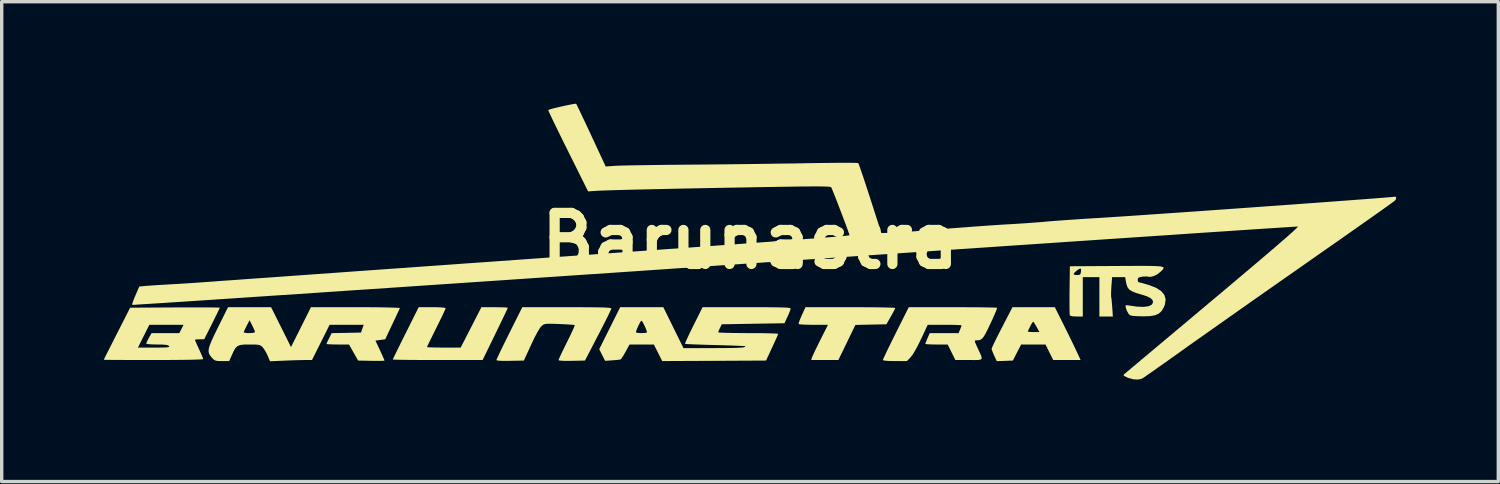
<source format=kicad_pcb>
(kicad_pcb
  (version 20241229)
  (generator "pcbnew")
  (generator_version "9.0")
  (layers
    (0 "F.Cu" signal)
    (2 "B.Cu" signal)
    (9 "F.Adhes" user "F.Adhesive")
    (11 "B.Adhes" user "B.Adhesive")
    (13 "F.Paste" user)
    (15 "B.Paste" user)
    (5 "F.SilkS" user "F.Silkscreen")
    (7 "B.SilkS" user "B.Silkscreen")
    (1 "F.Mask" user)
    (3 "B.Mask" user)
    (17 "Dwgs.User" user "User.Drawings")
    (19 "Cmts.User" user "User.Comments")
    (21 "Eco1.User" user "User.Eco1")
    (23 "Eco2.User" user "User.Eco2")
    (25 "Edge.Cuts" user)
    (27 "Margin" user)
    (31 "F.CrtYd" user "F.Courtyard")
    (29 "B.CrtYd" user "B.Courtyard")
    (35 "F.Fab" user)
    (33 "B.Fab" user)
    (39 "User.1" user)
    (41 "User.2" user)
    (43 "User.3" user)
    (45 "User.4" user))
  (footprint "Barunastra"
    (layer "F.Cu")
    (at 19.004 4.031)
    (property "Reference" "Barunastra" (at 0 0 0) (layer "F.SilkS") (effects (font (size 1.5 1.5) (thickness 0.3))))
    (attr board_only exclude_from_pos_files exclude_from_bom)
    (fp_poly (pts (xy 3.22 1.95) (xy 3.477 1.951) (xy 3.709 1.953) (xy 3.908 1.956) (xy 4.069 1.96) (xy 4.185 1.964) (xy 4.251 1.969) (xy 4.263 1.972) (xy 4.249 2.007) (xy 4.211 2.081) (xy 4.157 2.181) (xy 4.133 2.223) (xy 4.003 2.452) (xy 3.547 2.461) (xy 3.091 2.471) (xy 2.841 2.987) (xy 2.591 3.502) (xy 2.192 3.502) (xy 1.793 3.502) (xy 1.813 3.434) (xy 1.833 3.384) (xy 1.876 3.291) (xy 1.936 3.165) (xy 2.008 3.018) (xy 2.059 2.916) (xy 2.285 2.467) (xy 1.86 2.467) (xy 1.706 2.465) (xy 1.574 2.461) (xy 1.478 2.455) (xy 1.427 2.447) (xy 1.422 2.444) (xy 1.428 2.408) (xy 1.454 2.331) (xy 1.497 2.227) (xy 1.516 2.185) (xy 1.623 1.949) (xy 2.943 1.949)) (stroke (width 0) (type solid)) (fill yes) (layer "F.SilkS"))
    (fp_poly (pts (xy 9.202 2.444) (xy 9.293 2.628) (xy 9.387 2.818) (xy 9.474 2.996) (xy 9.546 3.147) (xy 9.581 3.221) (xy 9.712 3.502) (xy 9.309 3.502) (xy 8.906 3.502) (xy 8.793 3.274) (xy 8.68 3.046) (xy 8.322 3.046) (xy 7.964 3.046) (xy 7.842 3.282) (xy 7.721 3.518) (xy 7.484 3.527) (xy 7.247 3.535) (xy 7.172 3.374) (xy 7.131 3.28) (xy 7.103 3.203) (xy 7.096 3.171) (xy 7.11 3.133) (xy 7.148 3.049) (xy 7.206 2.928) (xy 7.28 2.779) (xy 7.338 2.666) (xy 8.162 2.666) (xy 8.19 2.674) (xy 8.261 2.679) (xy 8.332 2.68) (xy 8.501 2.68) (xy 8.418 2.528) (xy 8.37 2.445) (xy 8.332 2.39) (xy 8.316 2.376) (xy 8.294 2.4) (xy 8.258 2.46) (xy 8.217 2.536) (xy 8.182 2.609) (xy 8.163 2.659) (xy 8.162 2.666) (xy 7.338 2.666) (xy 7.366 2.61) (xy 7.403 2.539) (xy 7.709 1.949) (xy 8.331 1.949) (xy 8.954 1.949)) (stroke (width 0) (type solid)) (fill yes) (layer "F.SilkS"))
    (fp_poly (pts (xy -9.178 1.951) (xy -9.051 1.958) (xy -8.975 1.968) (xy -8.954 1.98) (xy -8.967 2.015) (xy -9.004 2.097) (xy -9.059 2.215) (xy -9.13 2.361) (xy -9.212 2.526) (xy -9.228 2.558) (xy -9.311 2.725) (xy -9.384 2.874) (xy -9.443 2.994) (xy -9.484 3.079) (xy -9.502 3.119) (xy -9.502 3.121) (xy -9.473 3.127) (xy -9.394 3.131) (xy -9.274 3.134) (xy -9.123 3.136) (xy -9.007 3.137) (xy -8.512 3.137) (xy -8.208 2.544) (xy -7.903 1.95) (xy -7.515 1.95) (xy -7.369 1.951) (xy -7.248 1.954) (xy -7.164 1.96) (xy -7.127 1.966) (xy -7.127 1.967) (xy -7.139 1.998) (xy -7.176 2.077) (xy -7.232 2.195) (xy -7.305 2.347) (xy -7.391 2.525) (xy -7.487 2.722) (xy -7.497 2.744) (xy -7.867 3.502) (xy -9.187 3.502) (xy -9.464 3.502) (xy -9.721 3.501) (xy -9.953 3.5) (xy -10.152 3.497) (xy -10.313 3.495) (xy -10.429 3.492) (xy -10.495 3.489) (xy -10.507 3.487) (xy -10.494 3.457) (xy -10.457 3.379) (xy -10.4 3.261) (xy -10.325 3.11) (xy -10.238 2.933) (xy -10.14 2.737) (xy -10.126 2.71) (xy -9.746 1.949) (xy -9.35 1.949)) (stroke (width 0) (type solid)) (fill yes) (layer "F.SilkS"))
    (fp_poly (pts (xy -5.061 1.95) (xy -4.787 1.951) (xy -4.566 1.953) (xy -4.392 1.956) (xy -4.262 1.96) (xy -4.17 1.966) (xy -4.113 1.973) (xy -4.086 1.982) (xy -4.082 1.987) (xy -4.096 2.023) (xy -4.134 2.106) (xy -4.193 2.228) (xy -4.27 2.382) (xy -4.361 2.56) (xy -4.462 2.756) (xy -4.47 2.771) (xy -4.858 3.518) (xy -5.246 3.526) (xy -5.428 3.528) (xy -5.554 3.523) (xy -5.622 3.513) (xy -5.634 3.503) (xy -5.621 3.467) (xy -5.585 3.385) (xy -5.53 3.268) (xy -5.46 3.125) (xy -5.389 2.981) (xy -5.311 2.823) (xy -5.245 2.685) (xy -5.195 2.575) (xy -5.165 2.502) (xy -5.158 2.476) (xy -5.193 2.469) (xy -5.277 2.462) (xy -5.399 2.454) (xy -5.548 2.447) (xy -5.61 2.444) (xy -5.782 2.438) (xy -5.904 2.436) (xy -5.987 2.438) (xy -6.043 2.447) (xy -6.082 2.463) (xy -6.117 2.488) (xy -6.134 2.503) (xy -6.186 2.566) (xy -6.255 2.681) (xy -6.341 2.843) (xy -6.438 3.047) (xy -6.438 3.048) (xy -6.655 3.518) (xy -7.059 3.526) (xy -7.244 3.528) (xy -7.374 3.523) (xy -7.446 3.514) (xy -7.462 3.503) (xy -7.448 3.469) (xy -7.411 3.387) (xy -7.354 3.266) (xy -7.279 3.112) (xy -7.191 2.932) (xy -7.093 2.735) (xy -7.081 2.71) (xy -6.7 1.949) (xy -5.391 1.949)) (stroke (width 0) (type solid)) (fill yes) (layer "F.SilkS"))
    (fp_poly (pts (xy 6.223 1.95) (xy 6.479 1.951) (xy 6.708 1.952) (xy 6.906 1.955) (xy 7.066 1.958) (xy 7.181 1.961) (xy 7.245 1.965) (xy 7.256 1.967) (xy 7.249 1.999) (xy 7.22 2.076) (xy 7.172 2.189) (xy 7.109 2.328) (xy 7.059 2.436) (xy 6.975 2.611) (xy 6.91 2.738) (xy 6.857 2.825) (xy 6.81 2.879) (xy 6.762 2.909) (xy 6.707 2.921) (xy 6.648 2.923) (xy 6.616 2.926) (xy 6.603 2.94) (xy 6.609 2.977) (xy 6.638 3.048) (xy 6.689 3.16) (xy 6.754 3.299) (xy 6.795 3.394) (xy 6.805 3.454) (xy 6.778 3.487) (xy 6.708 3.501) (xy 6.589 3.503) (xy 6.429 3.502) (xy 6.03 3.502) (xy 5.917 3.274) (xy 5.804 3.046) (xy 5.475 3.046) (xy 5.342 3.044) (xy 5.235 3.04) (xy 5.166 3.034) (xy 5.147 3.028) (xy 5.158 2.993) (xy 5.187 2.92) (xy 5.212 2.861) (xy 5.276 2.711) (xy 5.701 2.711) (xy 6.125 2.711) (xy 6.169 2.605) (xy 6.198 2.532) (xy 6.212 2.487) (xy 6.213 2.483) (xy 6.184 2.478) (xy 6.105 2.473) (xy 5.984 2.469) (xy 5.833 2.467) (xy 5.715 2.467) (xy 5.217 2.467) (xy 5.022 2.884) (xy 4.932 3.067) (xy 4.847 3.225) (xy 4.772 3.347) (xy 4.718 3.417) (xy 4.608 3.533) (xy 4.253 3.533) (xy 4.094 3.53) (xy 3.978 3.523) (xy 3.912 3.512) (xy 3.898 3.502) (xy 3.911 3.468) (xy 3.949 3.387) (xy 4.006 3.265) (xy 4.081 3.111) (xy 4.169 2.932) (xy 4.267 2.735) (xy 4.279 2.71) (xy 4.66 1.949) (xy 5.949 1.949)) (stroke (width 0) (type solid)) (fill yes) (layer "F.SilkS"))
    (fp_poly (pts (xy -16.146 1.955) (xy -15.947 1.956) (xy -15.787 1.957) (xy -15.671 1.96) (xy -15.606 1.962) (xy -15.593 1.964) (xy -15.606 1.996) (xy -15.642 2.072) (xy -15.697 2.184) (xy -15.765 2.322) (xy -15.822 2.437) (xy -16.051 2.893) (xy -16.187 2.893) (xy -16.269 2.896) (xy -16.318 2.904) (xy -16.324 2.908) (xy -16.312 2.94) (xy -16.28 3.015) (xy -16.233 3.119) (xy -16.202 3.186) (xy -16.15 3.303) (xy -16.108 3.399) (xy -16.084 3.461) (xy -16.081 3.476) (xy -16.11 3.481) (xy -16.195 3.486) (xy -16.328 3.491) (xy -16.505 3.495) (xy -16.719 3.498) (xy -16.965 3.5) (xy -17.236 3.502) (xy -17.528 3.502) (xy -17.542 3.502) (xy -17.834 3.502) (xy -18.107 3.502) (xy -18.354 3.501) (xy -18.57 3.5) (xy -18.749 3.499) (xy -18.884 3.498) (xy -18.972 3.496) (xy -19.004 3.495) (xy -19.004 3.495) (xy -18.99 3.467) (xy -18.953 3.391) (xy -18.895 3.276) (xy -18.824 3.137) (xy -18 3.137) (xy -17.524 3.137) (xy -17.344 3.136) (xy -17.217 3.134) (xy -17.135 3.129) (xy -17.091 3.121) (xy -17.077 3.109) (xy -17.085 3.092) (xy -17.086 3.091) (xy -17.119 3.069) (xy -17.182 3.055) (xy -17.285 3.048) (xy -17.438 3.046) (xy -17.44 3.046) (xy -17.57 3.043) (xy -17.674 3.037) (xy -17.74 3.027) (xy -17.756 3.019) (xy -17.742 2.979) (xy -17.706 2.906) (xy -17.677 2.851) (xy -17.598 2.711) (xy -17.19 2.711) (xy -16.782 2.711) (xy -16.72 2.589) (xy -16.658 2.467) (xy -17.161 2.467) (xy -17.664 2.467) (xy -17.832 2.802) (xy -18 3.137) (xy -18.824 3.137) (xy -18.819 3.127) (xy -18.73 2.951) (xy -18.631 2.756) (xy -18.616 2.726) (xy -18.228 1.964) (xy -16.91 1.956) (xy -16.634 1.955) (xy -16.377 1.955)) (stroke (width 0) (type solid)) (fill yes) (layer "F.SilkS"))
    (fp_poly (pts (xy -13.792 2.535) (xy -13.5 3.122) (xy -13.206 2.535) (xy -12.913 1.949) (xy -11.601 1.949) (xy -11.322 1.95) (xy -11.065 1.951) (xy -10.835 1.954) (xy -10.638 1.958) (xy -10.481 1.962) (xy -10.369 1.967) (xy -10.308 1.972) (xy -10.299 1.976) (xy -10.315 2.011) (xy -10.352 2.091) (xy -10.406 2.207) (xy -10.473 2.348) (xy -10.52 2.447) (xy -10.73 2.893) (xy -10.874 2.912) (xy -11.018 2.931) (xy -10.884 3.216) (xy -10.829 3.336) (xy -10.785 3.435) (xy -10.757 3.499) (xy -10.751 3.518) (xy -10.779 3.524) (xy -10.857 3.527) (xy -10.973 3.528) (xy -11.116 3.527) (xy -11.139 3.526) (xy -11.527 3.518) (xy -11.661 3.282) (xy -11.794 3.046) (xy -12.125 3.046) (xy -12.259 3.044) (xy -12.367 3.04) (xy -12.436 3.035) (xy -12.456 3.029) (xy -12.444 2.995) (xy -12.411 2.925) (xy -12.38 2.863) (xy -12.304 2.712) (xy -11.873 2.704) (xy -11.442 2.695) (xy -11.403 2.581) (xy -11.363 2.467) (xy -11.864 2.467) (xy -12.365 2.467) (xy -12.624 2.985) (xy -12.883 3.502) (xy -13.091 3.502) (xy -13.204 3.504) (xy -13.358 3.508) (xy -13.532 3.514) (xy -13.706 3.521) (xy -13.708 3.521) (xy -14.116 3.539) (xy -14.188 3.369) (xy -14.241 3.262) (xy -14.301 3.167) (xy -14.337 3.122) (xy -14.376 3.087) (xy -14.418 3.065) (xy -14.477 3.053) (xy -14.567 3.047) (xy -14.702 3.046) (xy -14.724 3.046) (xy -14.884 3.048) (xy -14.996 3.062) (xy -15.076 3.095) (xy -15.136 3.156) (xy -15.191 3.253) (xy -15.239 3.358) (xy -15.316 3.533) (xy -15.528 3.533) (xy -15.641 3.531) (xy -15.713 3.521) (xy -15.763 3.496) (xy -15.812 3.449) (xy -15.834 3.425) (xy -15.881 3.366) (xy -15.911 3.309) (xy -15.923 3.245) (xy -15.916 3.167) (xy -15.886 3.066) (xy -15.834 2.937) (xy -15.757 2.769) (xy -15.717 2.688) (xy -14.891 2.688) (xy -14.865 2.7) (xy -14.794 2.709) (xy -14.725 2.711) (xy -14.631 2.705) (xy -14.571 2.692) (xy -14.558 2.679) (xy -14.571 2.636) (xy -14.604 2.559) (xy -14.638 2.49) (xy -14.718 2.332) (xy -14.804 2.498) (xy -14.849 2.59) (xy -14.881 2.659) (xy -14.891 2.688) (xy -15.717 2.688) (xy -15.653 2.557) (xy -15.64 2.531) (xy -15.351 1.949) (xy -14.718 1.949) (xy -14.085 1.949)) (stroke (width 0) (type solid)) (fill yes) (layer "F.SilkS"))
    (fp_poly (pts (xy -2.259 2.551) (xy -1.964 3.152) (xy -1.076 3.152) (xy -0.798 3.151) (xy -0.577 3.149) (xy -0.407 3.145) (xy -0.284 3.139) (xy -0.202 3.131) (xy -0.159 3.119) (xy -0.148 3.105) (xy -0.155 3.095) (xy -0.187 3.091) (xy -0.273 3.087) (xy -0.404 3.081) (xy -0.572 3.075) (xy -0.771 3.069) (xy -0.991 3.063) (xy -1.035 3.062) (xy -1.259 3.056) (xy -1.462 3.049) (xy -1.638 3.043) (xy -1.777 3.037) (xy -1.872 3.031) (xy -1.916 3.027) (xy -1.918 3.026) (xy -1.909 2.996) (xy -1.877 2.92) (xy -1.825 2.807) (xy -1.757 2.665) (xy -1.677 2.502) (xy -1.666 2.481) (xy -1.401 1.949) (xy -0.107 1.949) (xy 0.214 1.949) (xy 0.478 1.95) (xy 0.691 1.952) (xy 0.859 1.955) (xy 0.986 1.958) (xy 1.077 1.963) (xy 1.138 1.97) (xy 1.173 1.978) (xy 1.187 1.988) (xy 1.188 1.992) (xy 1.175 2.04) (xy 1.143 2.124) (xy 1.097 2.227) (xy 1.096 2.228) (xy 1.005 2.421) (xy 0.084 2.436) (xy -0.837 2.452) (xy -0.889 2.558) (xy -0.923 2.632) (xy -0.942 2.682) (xy -0.943 2.688) (xy -0.914 2.694) (xy -0.832 2.699) (xy -0.704 2.703) (xy -0.538 2.707) (xy -0.341 2.709) (xy -0.121 2.711) (xy -0.061 2.711) (xy 0.164 2.711) (xy 0.368 2.713) (xy 0.542 2.717) (xy 0.681 2.721) (xy 0.776 2.726) (xy 0.819 2.732) (xy 0.821 2.733) (xy 0.808 2.768) (xy 0.775 2.847) (xy 0.724 2.959) (xy 0.662 3.095) (xy 0.642 3.137) (xy 0.465 3.518) (xy -1.062 3.526) (xy -2.588 3.533) (xy -2.71 3.289) (xy -2.833 3.046) (xy -3.191 3.046) (xy -3.548 3.046) (xy -3.665 3.261) (xy -3.724 3.363) (xy -3.776 3.442) (xy -3.812 3.484) (xy -3.817 3.487) (xy -3.864 3.494) (xy -3.952 3.503) (xy -4.059 3.512) (xy -4.266 3.526) (xy -4.353 3.355) (xy -4.439 3.184) (xy -4.194 2.692) (xy -3.358 2.692) (xy -3.319 2.703) (xy -3.242 2.71) (xy -3.198 2.711) (xy -3.11 2.707) (xy -3.05 2.698) (xy -3.037 2.692) (xy -3.041 2.658) (xy -3.065 2.59) (xy -3.101 2.506) (xy -3.142 2.425) (xy -3.177 2.365) (xy -3.198 2.345) (xy -3.222 2.37) (xy -3.258 2.434) (xy -3.299 2.516) (xy -3.334 2.599) (xy -3.357 2.664) (xy -3.358 2.692) (xy -4.194 2.692) (xy -4.131 2.566) (xy -3.823 1.949) (xy -3.189 1.949) (xy -2.555 1.949)) (stroke (width 0) (type solid)) (fill yes) (layer "F.SilkS"))
    (fp_poly (pts (xy 11.62 0.735) (xy 11.802 0.737) (xy 11.94 0.742) (xy 12.039 0.749) (xy 12.105 0.76) (xy 12.141 0.776) (xy 12.151 0.796) (xy 12.142 0.822) (xy 12.115 0.854) (xy 12.077 0.892) (xy 12.06 0.909) (xy 11.967 0.982) (xy 11.86 1.035) (xy 11.762 1.058) (xy 11.704 1.052) (xy 11.644 1.045) (xy 11.554 1.049) (xy 11.522 1.053) (xy 11.439 1.07) (xy 11.4 1.096) (xy 11.39 1.143) (xy 11.39 1.146) (xy 11.402 1.201) (xy 11.424 1.218) (xy 11.467 1.227) (xy 11.552 1.249) (xy 11.665 1.282) (xy 11.717 1.297) (xy 11.928 1.378) (xy 12.081 1.475) (xy 12.175 1.589) (xy 12.211 1.72) (xy 12.191 1.868) (xy 12.154 1.96) (xy 12.09 2.065) (xy 12.008 2.139) (xy 11.899 2.187) (xy 11.752 2.212) (xy 11.559 2.218) (xy 11.496 2.217) (xy 11.35 2.212) (xy 11.253 2.205) (xy 11.191 2.194) (xy 11.152 2.175) (xy 11.124 2.145) (xy 11.115 2.132) (xy 11.067 2.044) (xy 11.042 1.968) (xy 11.032 1.911) (xy 11.047 1.89) (xy 11.102 1.894) (xy 11.138 1.9) (xy 11.373 1.933) (xy 11.564 1.94) (xy 11.707 1.922) (xy 11.801 1.879) (xy 11.841 1.811) (xy 11.841 1.81) (xy 11.828 1.742) (xy 11.767 1.682) (xy 11.652 1.626) (xy 11.513 1.582) (xy 11.343 1.531) (xy 11.223 1.483) (xy 11.142 1.43) (xy 11.09 1.362) (xy 11.059 1.272) (xy 11.041 1.18) (xy 11.022 1.066) (xy 10.83 1.066) (xy 10.638 1.066) (xy 10.617 1.336) (xy 10.61 1.462) (xy 10.607 1.567) (xy 10.608 1.635) (xy 10.61 1.648) (xy 10.619 1.696) (xy 10.628 1.788) (xy 10.638 1.908) (xy 10.642 1.957) (xy 10.66 2.223) (xy 10.462 2.223) (xy 10.264 2.223) (xy 10.264 1.645) (xy 10.264 1.066) (xy 10.02 1.066) (xy 9.776 1.066) (xy 9.776 1.645) (xy 9.776 2.223) (xy 9.593 2.223) (xy 9.471 2.217) (xy 9.405 2.197) (xy 9.394 2.185) (xy 9.39 2.144) (xy 9.387 2.052) (xy 9.386 1.917) (xy 9.385 1.749) (xy 9.386 1.556) (xy 9.387 1.446) (xy 9.393 0.98) (xy 9.508 0.98) (xy 9.545 1.001) (xy 9.605 1.005) (xy 9.677 0.998) (xy 9.71 0.967) (xy 9.722 0.912) (xy 9.726 0.837) (xy 9.706 0.811) (xy 9.654 0.833) (xy 9.6 0.872) (xy 9.527 0.938) (xy 9.508 0.98) (xy 9.393 0.98) (xy 9.396 0.746) (xy 10.774 0.738) (xy 11.111 0.736) (xy 11.392 0.735)) (stroke (width 0) (type solid)) (fill yes) (layer "F.SilkS"))
    (fp_poly (pts (xy -5.116 -4.029) (xy -5.099 -3.997) (xy -5.059 -3.915) (xy -5 -3.792) (xy -4.925 -3.634) (xy -4.836 -3.447) (xy -4.739 -3.239) (xy -4.672 -3.096) (xy -4.249 -2.187) (xy -3.959 -2.207) (xy -3.877 -2.211) (xy -3.74 -2.215) (xy -3.554 -2.219) (xy -3.327 -2.223) (xy -3.063 -2.227) (xy -2.771 -2.231) (xy -2.455 -2.235) (xy -2.122 -2.238) (xy -1.782 -2.241) (xy -1.386 -2.244) (xy -0.96 -2.248) (xy -0.515 -2.253) (xy -0.065 -2.258) (xy 0.378 -2.264) (xy 0.801 -2.27) (xy 1.193 -2.275) (xy 1.539 -2.281) (xy 1.629 -2.283) (xy 1.928 -2.288) (xy 2.209 -2.291) (xy 2.465 -2.294) (xy 2.691 -2.295) (xy 2.881 -2.295) (xy 3.028 -2.294) (xy 3.128 -2.291) (xy 3.174 -2.288) (xy 3.176 -2.287) (xy 3.191 -2.253) (xy 3.222 -2.168) (xy 3.266 -2.039) (xy 3.323 -1.872) (xy 3.389 -1.674) (xy 3.461 -1.452) (xy 3.528 -1.247) (xy 3.855 -0.23) (xy 4.113 -0.237) (xy 4.231 -0.242) (xy 4.394 -0.251) (xy 4.584 -0.264) (xy 4.785 -0.278) (xy 4.919 -0.289) (xy 5.418 -0.329) (xy 5.861 -0.365) (xy 6.252 -0.395) (xy 6.597 -0.421) (xy 6.899 -0.443) (xy 7.163 -0.461) (xy 7.393 -0.476) (xy 7.595 -0.488) (xy 7.629 -0.489) (xy 7.857 -0.503) (xy 8.112 -0.52) (xy 8.368 -0.539) (xy 8.6 -0.557) (xy 8.68 -0.565) (xy 8.839 -0.578) (xy 9.046 -0.594) (xy 9.289 -0.612) (xy 9.555 -0.63) (xy 9.833 -0.649) (xy 10.109 -0.666) (xy 10.203 -0.671) (xy 10.381 -0.682) (xy 10.604 -0.697) (xy 10.869 -0.714) (xy 11.172 -0.734) (xy 11.508 -0.757) (xy 11.872 -0.782) (xy 12.262 -0.809) (xy 12.672 -0.837) (xy 13.099 -0.867) (xy 13.539 -0.898) (xy 13.987 -0.93) (xy 14.439 -0.962) (xy 14.891 -0.994) (xy 15.34 -1.027) (xy 15.78 -1.058) (xy 16.208 -1.089) (xy 16.619 -1.119) (xy 17.01 -1.148) (xy 17.377 -1.175) (xy 17.714 -1.2) (xy 18.019 -1.223) (xy 18.286 -1.243) (xy 18.512 -1.261) (xy 18.693 -1.275) (xy 18.825 -1.286) (xy 18.903 -1.294) (xy 18.923 -1.297) (xy 18.973 -1.297) (xy 18.991 -1.261) (xy 18.972 -1.208) (xy 18.955 -1.188) (xy 18.919 -1.159) (xy 18.838 -1.1) (xy 18.718 -1.013) (xy 18.563 -0.903) (xy 18.38 -0.773) (xy 18.173 -0.627) (xy 17.948 -0.469) (xy 17.756 -0.334) (xy 17.505 -0.158) (xy 17.214 0.046) (xy 16.893 0.27) (xy 16.552 0.509) (xy 16.2 0.756) (xy 15.847 1.003) (xy 15.504 1.243) (xy 15.179 1.471) (xy 15.091 1.532) (xy 14.78 1.75) (xy 14.454 1.979) (xy 14.12 2.214) (xy 13.789 2.448) (xy 13.468 2.674) (xy 13.166 2.887) (xy 12.893 3.08) (xy 12.658 3.248) (xy 12.578 3.305) (xy 12.359 3.461) (xy 12.153 3.607) (xy 11.967 3.738) (xy 11.806 3.852) (xy 11.675 3.943) (xy 11.581 4.008) (xy 11.528 4.042) (xy 11.522 4.046) (xy 11.41 4.076) (xy 11.269 4.07) (xy 11.12 4.03) (xy 11.086 4.016) (xy 11.006 3.978) (xy 10.974 3.953) (xy 10.982 3.929) (xy 11.011 3.904) (xy 11.042 3.878) (xy 11.117 3.815) (xy 11.232 3.718) (xy 11.385 3.59) (xy 11.572 3.433) (xy 11.79 3.25) (xy 12.036 3.044) (xy 12.307 2.816) (xy 12.601 2.57) (xy 12.913 2.308) (xy 13.241 2.033) (xy 13.581 1.747) (xy 13.613 1.721) (xy 14.067 1.339) (xy 14.474 0.996) (xy 14.835 0.691) (xy 15.15 0.424) (xy 15.419 0.193) (xy 15.643 0.000191) (xy 15.822 -0.156) (xy 15.956 -0.276) (xy 16.046 -0.36) (xy 16.093 -0.408) (xy 16.099 -0.422) (xy 16.065 -0.42) (xy 15.973 -0.415) (xy 15.823 -0.405) (xy 15.618 -0.392) (xy 15.358 -0.375) (xy 15.047 -0.355) (xy 14.685 -0.331) (xy 14.275 -0.304) (xy 13.817 -0.273) (xy 13.314 -0.24) (xy 12.768 -0.203) (xy 12.18 -0.163) (xy 11.552 -0.121) (xy 10.885 -0.076) (xy 10.182 -0.029) (xy 9.443 0.021) (xy 8.672 0.073) (xy 7.869 0.127) (xy 7.036 0.184) (xy 6.175 0.242) (xy 5.288 0.302) (xy 4.377 0.364) (xy 3.442 0.427) (xy 2.486 0.492) (xy 1.511 0.559) (xy 0.518 0.626) (xy -0.491 0.695) (xy -1.054 0.733) (xy -2.07 0.802) (xy -3.072 0.871) (xy -4.057 0.938) (xy -5.023 1.003) (xy -5.968 1.067) (xy -6.892 1.13) (xy -7.792 1.191) (xy -8.666 1.25) (xy -9.514 1.307) (xy -10.332 1.363) (xy -11.12 1.416) (xy -11.875 1.466) (xy -12.597 1.515) (xy -13.282 1.561) (xy -13.93 1.604) (xy -14.539 1.645) (xy -15.107 1.683) (xy -15.633 1.718) (xy -16.114 1.75) (xy -16.549 1.779) (xy -16.936 1.804) (xy -17.273 1.826) (xy -17.56 1.844) (xy -17.793 1.859) (xy -17.972 1.87) (xy -18.094 1.878) (xy -18.159 1.881) (xy -18.169 1.881) (xy -18.165 1.848) (xy -18.141 1.772) (xy -18.1 1.667) (xy -18.073 1.604) (xy -17.96 1.343) (xy -17.805 1.327) (xy -17.724 1.32) (xy -17.596 1.311) (xy -17.433 1.3) (xy -17.248 1.289) (xy -17.07 1.279) (xy -16.838 1.266) (xy -16.57 1.249) (xy -16.291 1.231) (xy -16.028 1.212) (xy -15.883 1.202) (xy -15.801 1.196) (xy -15.662 1.185) (xy -15.467 1.171) (xy -15.219 1.154) (xy -14.921 1.132) (xy -14.575 1.107) (xy -14.185 1.08) (xy -13.752 1.049) (xy -13.279 1.015) (xy -12.768 0.978) (xy -12.224 0.94) (xy -11.647 0.898) (xy -11.041 0.855) (xy -10.408 0.81) (xy -9.752 0.763) (xy -9.073 0.715) (xy -8.376 0.665) (xy -7.663 0.615) (xy -6.936 0.563) (xy -6.502 0.532) (xy -5.592 0.467) (xy -4.74 0.407) (xy -3.945 0.35) (xy -3.206 0.297) (xy -2.519 0.248) (xy -1.885 0.203) (xy -1.299 0.161) (xy -0.761 0.122) (xy -0.269 0.087) (xy 0.179 0.054) (xy 0.585 0.024) (xy 0.951 -0.003) (xy 1.279 -0.027) (xy 1.571 -0.049) (xy 1.828 -0.068) (xy 2.052 -0.086) (xy 2.246 -0.101) (xy 2.411 -0.114) (xy 2.549 -0.126) (xy 2.662 -0.136) (xy 2.752 -0.144) (xy 2.82 -0.151) (xy 2.869 -0.157) (xy 2.9 -0.162) (xy 2.916 -0.166) (xy 2.918 -0.167) (xy 2.91 -0.197) (xy 2.883 -0.273) (xy 2.842 -0.388) (xy 2.789 -0.531) (xy 2.728 -0.693) (xy 2.662 -0.865) (xy 2.596 -1.038) (xy 2.533 -1.201) (xy 2.476 -1.346) (xy 2.429 -1.464) (xy 2.395 -1.544) (xy 2.38 -1.577) (xy 2.364 -1.585) (xy 2.324 -1.591) (xy 2.256 -1.596) (xy 2.156 -1.599) (xy 2.02 -1.601) (xy 1.844 -1.601) (xy 1.625 -1.6) (xy 1.358 -1.597) (xy 1.039 -1.592) (xy 0.664 -1.586) (xy 0.546 -1.584) (xy -0.038 -1.574) (xy -0.6 -1.564) (xy -1.139 -1.554) (xy -1.65 -1.544) (xy -2.13 -1.535) (xy -2.576 -1.525) (xy -2.985 -1.516) (xy -3.353 -1.508) (xy -3.677 -1.5) (xy -3.954 -1.492) (xy -4.181 -1.485) (xy -4.355 -1.479) (xy -4.471 -1.474) (xy -4.492 -1.473) (xy -4.766 -1.455) (xy -5.359 -2.645) (xy -5.483 -2.894) (xy -5.597 -3.126) (xy -5.699 -3.335) (xy -5.787 -3.516) (xy -5.857 -3.663) (xy -5.907 -3.77) (xy -5.934 -3.833) (xy -5.938 -3.847) (xy -5.898 -3.863) (xy -5.814 -3.887) (xy -5.699 -3.916) (xy -5.567 -3.947) (xy -5.432 -3.977) (xy -5.305 -4.003) (xy -5.202 -4.022) (xy -5.135 -4.031)) (stroke (width 0) (type solid)) (fill yes) (layer "F.SilkS")))
  (gr_rect
    (start -3 -3)
    (end 40.995 11.106)
    (stroke (width 0.1) (type default))
    (fill no)
    (layer "Edge.Cuts")))
</source>
